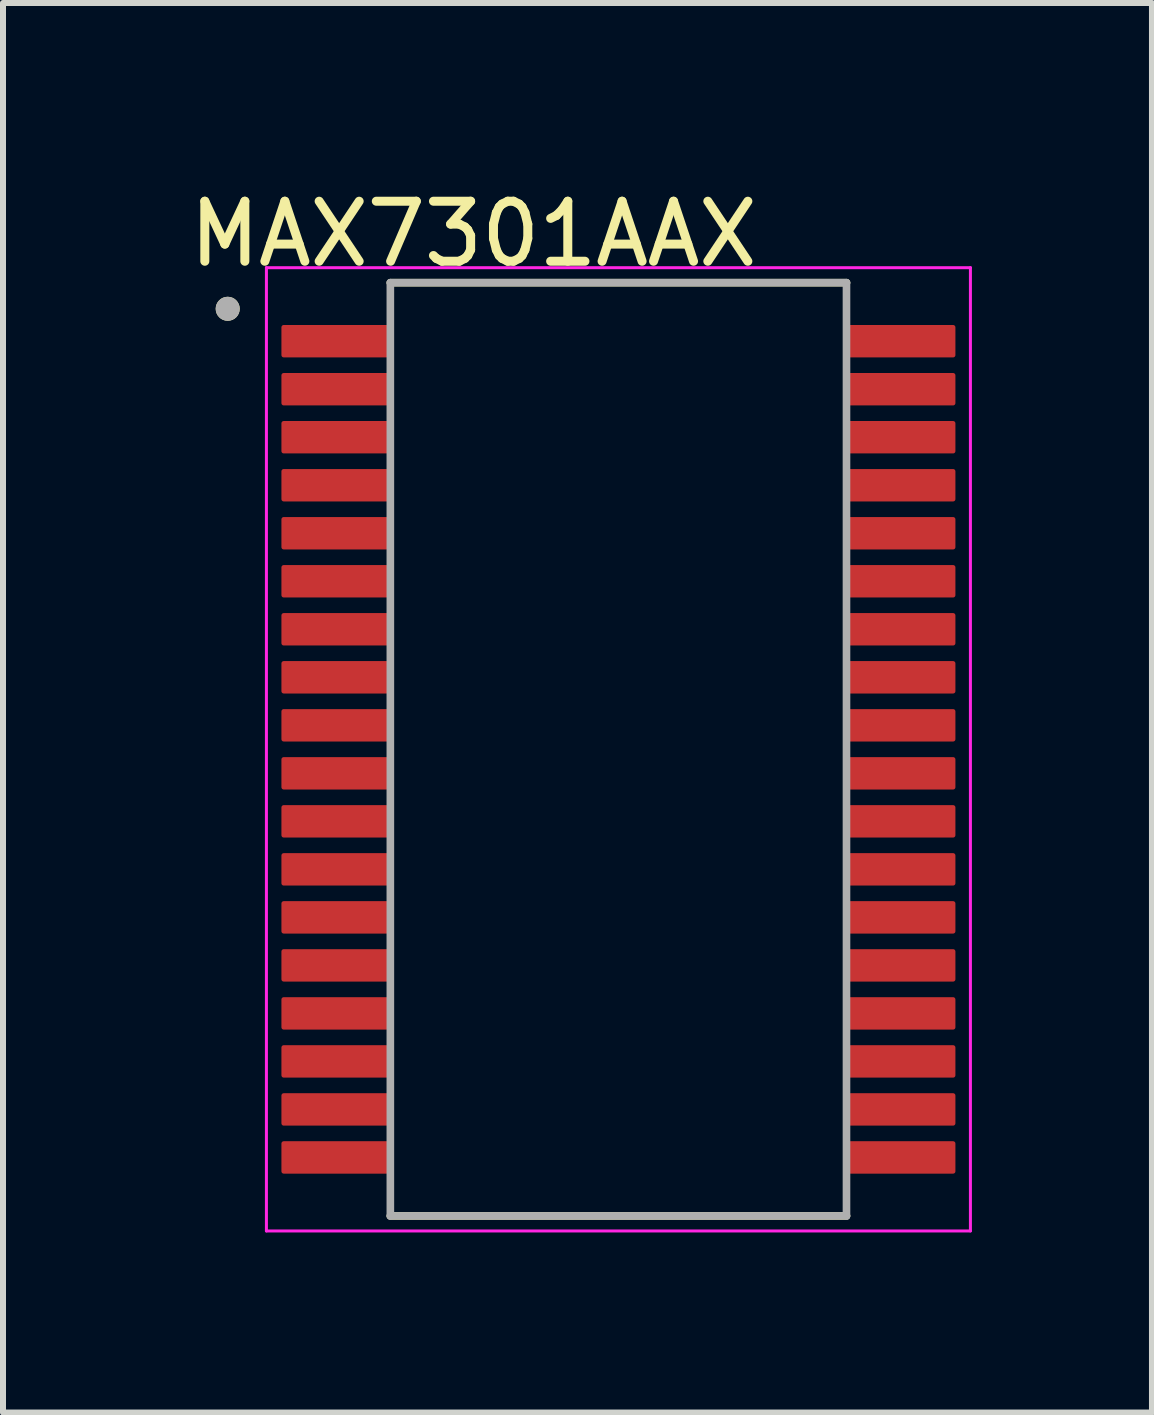
<source format=kicad_pcb>
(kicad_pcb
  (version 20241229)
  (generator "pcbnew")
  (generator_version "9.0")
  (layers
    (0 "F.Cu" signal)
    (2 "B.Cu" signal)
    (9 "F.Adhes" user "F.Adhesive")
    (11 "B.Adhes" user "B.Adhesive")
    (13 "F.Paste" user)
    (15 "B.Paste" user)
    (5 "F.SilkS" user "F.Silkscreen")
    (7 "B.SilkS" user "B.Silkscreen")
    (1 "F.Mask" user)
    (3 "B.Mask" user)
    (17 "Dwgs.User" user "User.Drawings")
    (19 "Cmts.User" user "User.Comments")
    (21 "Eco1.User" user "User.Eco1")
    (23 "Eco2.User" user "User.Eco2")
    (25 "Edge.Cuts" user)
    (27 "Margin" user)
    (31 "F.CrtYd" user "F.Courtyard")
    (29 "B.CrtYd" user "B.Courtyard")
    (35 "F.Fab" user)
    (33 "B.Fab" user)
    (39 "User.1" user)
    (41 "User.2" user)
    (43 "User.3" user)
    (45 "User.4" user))
  (footprint "MAX7301AAX"
    (layer "F.Cu")
    (at 7.254 9.435)
    (property "Reference" "MAX7301AAX" (at -2.415 -8.587 0) (layer "F.SilkS") (effects (font (size 1 1) (thickness 0.15))))
    (attr through_hole)
    (fp_line (start -3.8 -7.775) (end 3.8 -7.775) (stroke (width 0.127) (type solid)) (layer "F.SilkS"))
    (fp_line (start -3.8 7.775) (end 3.8 7.775) (stroke (width 0.127) (type solid)) (layer "F.SilkS"))
    (fp_circle (center -6.51 -7.34) (end -6.41 -7.34) (stroke (width 0.2) (type solid)) (fill no) (layer "F.SilkS"))
    (fp_line (start -5.865 -8.025) (end -5.865 8.025) (stroke (width 0.05) (type solid)) (layer "F.CrtYd"))
    (fp_line (start -5.865 -8.025) (end 5.865 -8.025) (stroke (width 0.05) (type solid)) (layer "F.CrtYd"))
    (fp_line (start -5.865 8.025) (end 5.865 8.025) (stroke (width 0.05) (type solid)) (layer "F.CrtYd"))
    (fp_line (start 5.865 -8.025) (end 5.865 8.025) (stroke (width 0.05) (type solid)) (layer "F.CrtYd"))
    (fp_line (start -3.8 -7.775) (end -3.8 7.775) (stroke (width 0.127) (type solid)) (layer "F.Fab"))
    (fp_line (start -3.8 -7.775) (end 3.8 -7.775) (stroke (width 0.127) (type solid)) (layer "F.Fab"))
    (fp_line (start -3.8 7.775) (end 3.8 7.775) (stroke (width 0.127) (type solid)) (layer "F.Fab"))
    (fp_line (start 3.8 -7.775) (end 3.8 7.775) (stroke (width 0.127) (type solid)) (layer "F.Fab"))
    (fp_circle (center -6.51 -7.34) (end -6.41 -7.34) (stroke (width 0.2) (type solid)) (fill no) (layer "F.Fab"))
    (pad "1" smd roundrect (at -4.72 -6.8) (size 1.79 0.54) (layers "F.Cu" "F.Mask" "F.Paste") (roundrect_rratio 0.07))
    (pad "2" smd roundrect (at -4.72 -6) (size 1.79 0.54) (layers "F.Cu" "F.Mask" "F.Paste") (roundrect_rratio 0.07))
    (pad "3" smd roundrect (at -4.72 -5.2) (size 1.79 0.54) (layers "F.Cu" "F.Mask" "F.Paste") (roundrect_rratio 0.07))
    (pad "4" smd roundrect (at -4.72 -4.4) (size 1.79 0.54) (layers "F.Cu" "F.Mask" "F.Paste") (roundrect_rratio 0.07))
    (pad "5" smd roundrect (at -4.72 -3.6) (size 1.79 0.54) (layers "F.Cu" "F.Mask" "F.Paste") (roundrect_rratio 0.07))
    (pad "6" smd roundrect (at -4.72 -2.8) (size 1.79 0.54) (layers "F.Cu" "F.Mask" "F.Paste") (roundrect_rratio 0.07))
    (pad "7" smd roundrect (at -4.72 -2) (size 1.79 0.54) (layers "F.Cu" "F.Mask" "F.Paste") (roundrect_rratio 0.07))
    (pad "8" smd roundrect (at -4.72 -1.2) (size 1.79 0.54) (layers "F.Cu" "F.Mask" "F.Paste") (roundrect_rratio 0.07))
    (pad "9" smd roundrect (at -4.72 -0.4) (size 1.79 0.54) (layers "F.Cu" "F.Mask" "F.Paste") (roundrect_rratio 0.07))
    (pad "10" smd roundrect (at -4.72 0.4) (size 1.79 0.54) (layers "F.Cu" "F.Mask" "F.Paste") (roundrect_rratio 0.07))
    (pad "11" smd roundrect (at -4.72 1.2) (size 1.79 0.54) (layers "F.Cu" "F.Mask" "F.Paste") (roundrect_rratio 0.07))
    (pad "12" smd roundrect (at -4.72 2) (size 1.79 0.54) (layers "F.Cu" "F.Mask" "F.Paste") (roundrect_rratio 0.07))
    (pad "13" smd roundrect (at -4.72 2.8) (size 1.79 0.54) (layers "F.Cu" "F.Mask" "F.Paste") (roundrect_rratio 0.07))
    (pad "14" smd roundrect (at -4.72 3.6) (size 1.79 0.54) (layers "F.Cu" "F.Mask" "F.Paste") (roundrect_rratio 0.07))
    (pad "15" smd roundrect (at -4.72 4.4) (size 1.79 0.54) (layers "F.Cu" "F.Mask" "F.Paste") (roundrect_rratio 0.07))
    (pad "16" smd roundrect (at -4.72 5.2) (size 1.79 0.54) (layers "F.Cu" "F.Mask" "F.Paste") (roundrect_rratio 0.07))
    (pad "17" smd roundrect (at -4.72 6) (size 1.79 0.54) (layers "F.Cu" "F.Mask" "F.Paste") (roundrect_rratio 0.07))
    (pad "18" smd roundrect (at -4.72 6.8) (size 1.79 0.54) (layers "F.Cu" "F.Mask" "F.Paste") (roundrect_rratio 0.07))
    (pad "19" smd roundrect (at 4.72 6.8) (size 1.79 0.54) (layers "F.Cu" "F.Mask" "F.Paste") (roundrect_rratio 0.07))
    (pad "20" smd roundrect (at 4.72 6) (size 1.79 0.54) (layers "F.Cu" "F.Mask" "F.Paste") (roundrect_rratio 0.07))
    (pad "21" smd roundrect (at 4.72 5.2) (size 1.79 0.54) (layers "F.Cu" "F.Mask" "F.Paste") (roundrect_rratio 0.07))
    (pad "22" smd roundrect (at 4.72 4.4) (size 1.79 0.54) (layers "F.Cu" "F.Mask" "F.Paste") (roundrect_rratio 0.07))
    (pad "23" smd roundrect (at 4.72 3.6) (size 1.79 0.54) (layers "F.Cu" "F.Mask" "F.Paste") (roundrect_rratio 0.07))
    (pad "24" smd roundrect (at 4.72 2.8) (size 1.79 0.54) (layers "F.Cu" "F.Mask" "F.Paste") (roundrect_rratio 0.07))
    (pad "25" smd roundrect (at 4.72 2) (size 1.79 0.54) (layers "F.Cu" "F.Mask" "F.Paste") (roundrect_rratio 0.07))
    (pad "26" smd roundrect (at 4.72 1.2) (size 1.79 0.54) (layers "F.Cu" "F.Mask" "F.Paste") (roundrect_rratio 0.07))
    (pad "27" smd roundrect (at 4.72 0.4) (size 1.79 0.54) (layers "F.Cu" "F.Mask" "F.Paste") (roundrect_rratio 0.07))
    (pad "28" smd roundrect (at 4.72 -0.4) (size 1.79 0.54) (layers "F.Cu" "F.Mask" "F.Paste") (roundrect_rratio 0.07))
    (pad "29" smd roundrect (at 4.72 -1.2) (size 1.79 0.54) (layers "F.Cu" "F.Mask" "F.Paste") (roundrect_rratio 0.07))
    (pad "30" smd roundrect (at 4.72 -2) (size 1.79 0.54) (layers "F.Cu" "F.Mask" "F.Paste") (roundrect_rratio 0.07))
    (pad "31" smd roundrect (at 4.72 -2.8) (size 1.79 0.54) (layers "F.Cu" "F.Mask" "F.Paste") (roundrect_rratio 0.07))
    (pad "32" smd roundrect (at 4.72 -3.6) (size 1.79 0.54) (layers "F.Cu" "F.Mask" "F.Paste") (roundrect_rratio 0.07))
    (pad "33" smd roundrect (at 4.72 -4.4) (size 1.79 0.54) (layers "F.Cu" "F.Mask" "F.Paste") (roundrect_rratio 0.07))
    (pad "34" smd roundrect (at 4.72 -5.2) (size 1.79 0.54) (layers "F.Cu" "F.Mask" "F.Paste") (roundrect_rratio 0.07))
    (pad "35" smd roundrect (at 4.72 -6) (size 1.79 0.54) (layers "F.Cu" "F.Mask" "F.Paste") (roundrect_rratio 0.07))
    (pad "36" smd roundrect (at 4.72 -6.8) (size 1.79 0.54) (layers "F.Cu" "F.Mask" "F.Paste") (roundrect_rratio 0.07)))
  (gr_rect
    (start -3 -3)
    (end 16.144 20.485)
    (stroke (width 0.1) (type default))
    (fill no)
    (layer "Edge.Cuts")))
</source>
